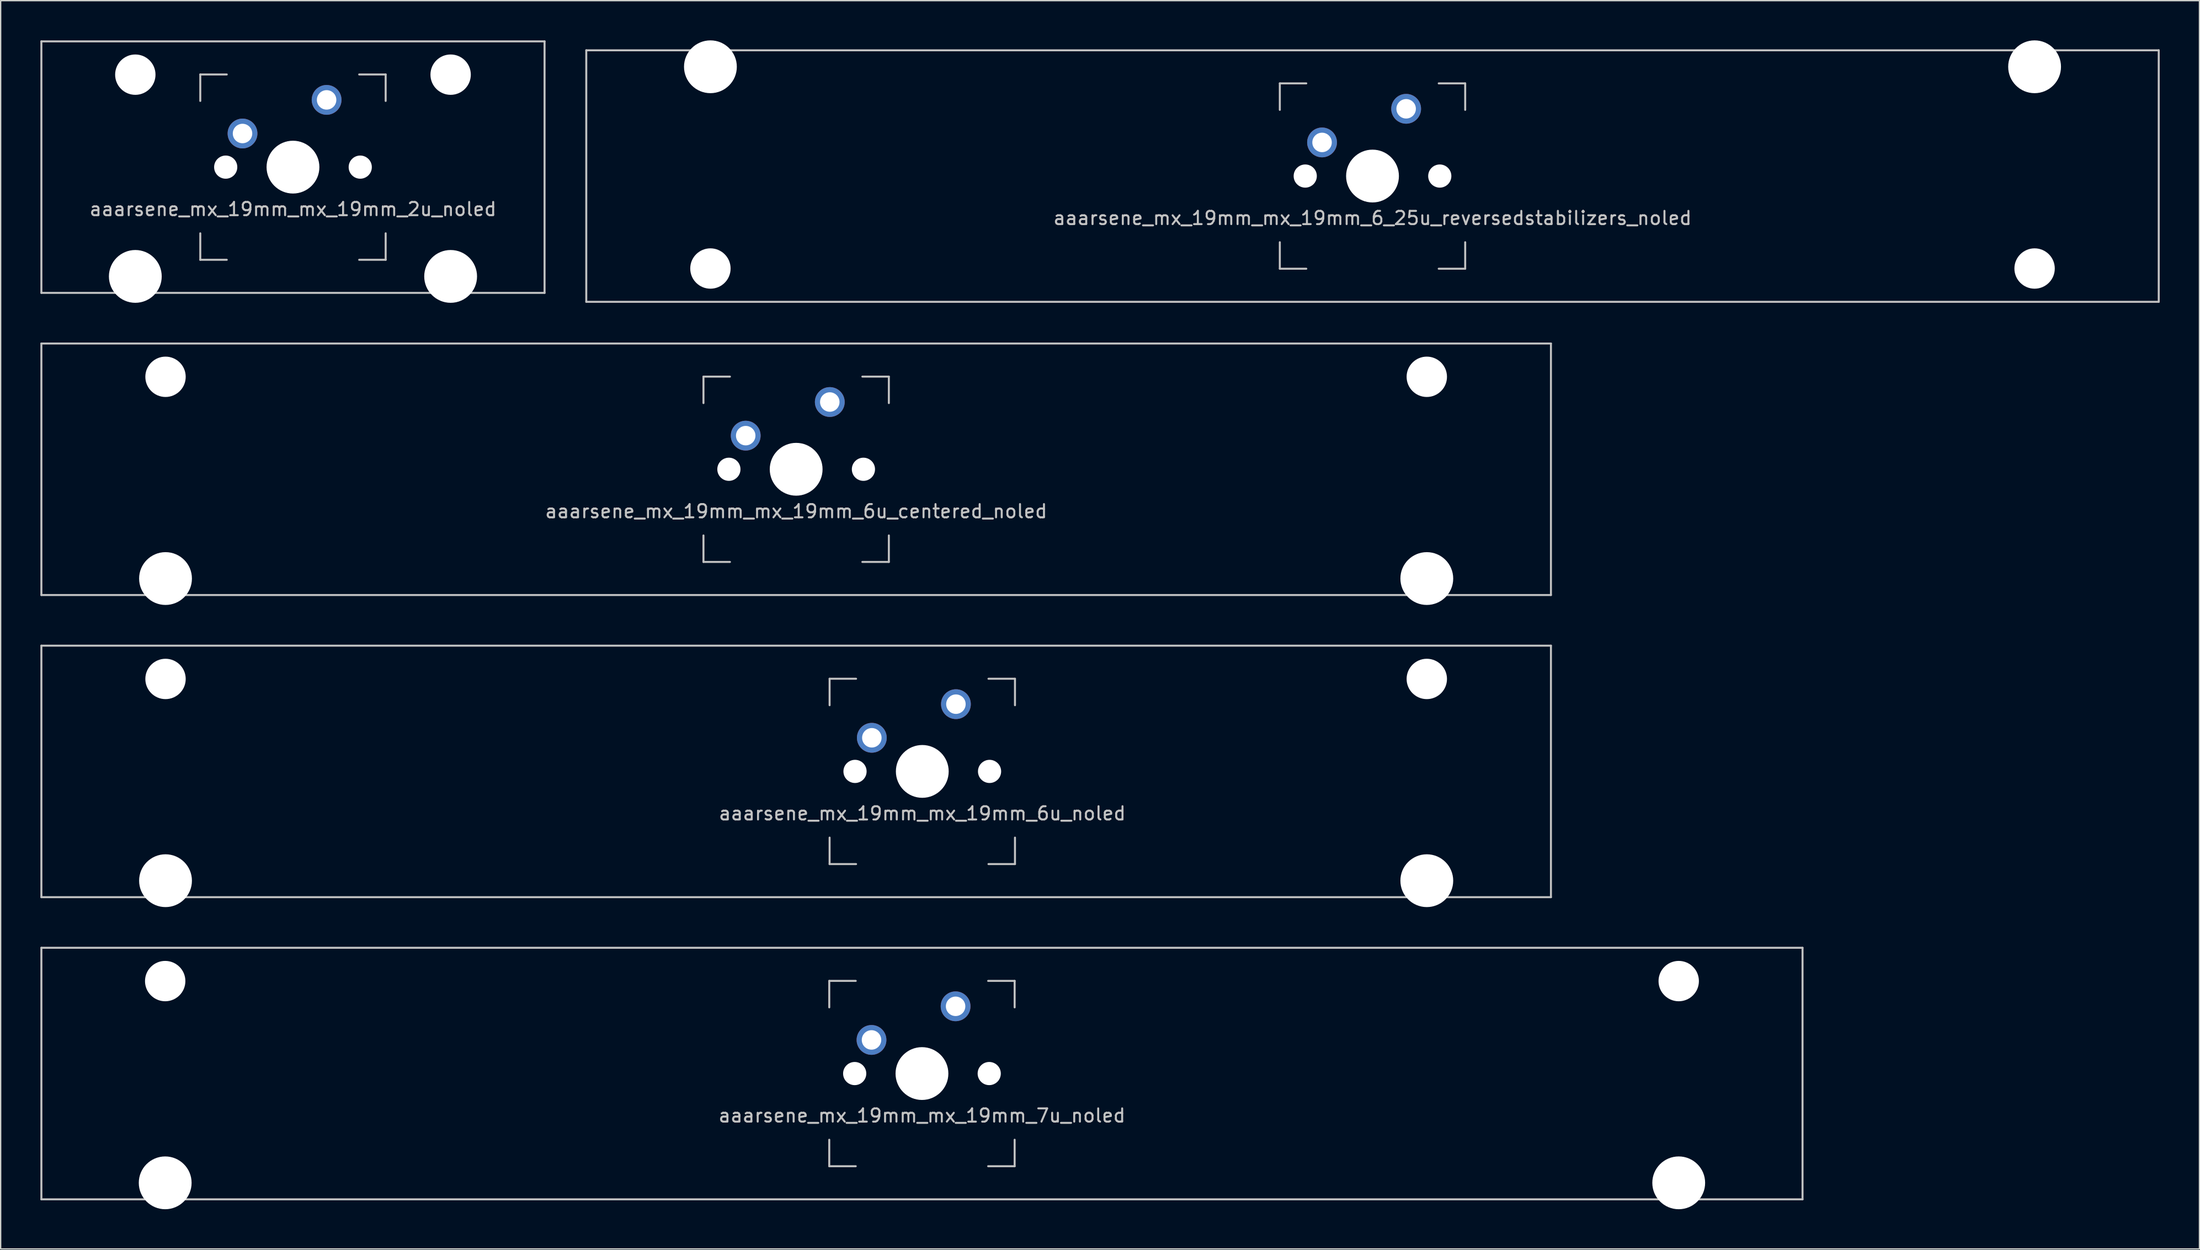
<source format=kicad_pcb>
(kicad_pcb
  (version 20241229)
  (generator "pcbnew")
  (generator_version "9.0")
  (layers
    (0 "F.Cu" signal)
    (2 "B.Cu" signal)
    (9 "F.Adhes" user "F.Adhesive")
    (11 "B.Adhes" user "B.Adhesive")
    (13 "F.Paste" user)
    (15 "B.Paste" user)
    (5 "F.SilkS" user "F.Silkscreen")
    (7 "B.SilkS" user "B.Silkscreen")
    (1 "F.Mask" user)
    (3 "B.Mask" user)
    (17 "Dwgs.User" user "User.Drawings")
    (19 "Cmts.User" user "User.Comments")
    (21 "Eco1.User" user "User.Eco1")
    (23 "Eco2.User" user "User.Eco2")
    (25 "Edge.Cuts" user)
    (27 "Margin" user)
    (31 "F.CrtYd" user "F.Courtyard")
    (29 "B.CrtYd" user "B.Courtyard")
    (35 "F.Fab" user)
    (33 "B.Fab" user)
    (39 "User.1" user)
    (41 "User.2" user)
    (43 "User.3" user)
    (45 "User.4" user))
  (footprint "aaarsene_mx_19mm_mx_19mm_6_25u_reversedstabilizers_noled"
    (layer "F.Cu")
    (at 100.6 10.249)
    (property "Reference" "aaarsene_mx_19mm_mx_19mm_6_25u_reversedstabilizers_noled" (at 0 3.175 0) (layer "Dwgs.User") (effects (font (size 1 1) (thickness 0.15))))
    (attr through_hole)
    (fp_line (start -59.375 -9.5) (end 59.375 -9.5) (stroke (width 0.15) (type solid)) (layer "Dwgs.User"))
    (fp_line (start -59.375 9.5) (end -59.375 -9.5) (stroke (width 0.15) (type solid)) (layer "Dwgs.User"))
    (fp_line (start -59.375 9.5) (end 59.375 9.5) (stroke (width 0.15) (type solid)) (layer "Dwgs.User"))
    (fp_line (start -7 -7) (end -7 -5) (stroke (width 0.15) (type solid)) (layer "Dwgs.User"))
    (fp_line (start -7 5) (end -7 7) (stroke (width 0.15) (type solid)) (layer "Dwgs.User"))
    (fp_line (start -7 7) (end -5 7) (stroke (width 0.15) (type solid)) (layer "Dwgs.User"))
    (fp_line (start -5 -7) (end -7 -7) (stroke (width 0.15) (type solid)) (layer "Dwgs.User"))
    (fp_line (start 5 -7) (end 7 -7) (stroke (width 0.15) (type solid)) (layer "Dwgs.User"))
    (fp_line (start 5 7) (end 7 7) (stroke (width 0.15) (type solid)) (layer "Dwgs.User"))
    (fp_line (start 7 -7) (end 7 -5) (stroke (width 0.15) (type solid)) (layer "Dwgs.User"))
    (fp_line (start 7 7) (end 7 5) (stroke (width 0.15) (type solid)) (layer "Dwgs.User"))
    (fp_line (start 59.375 -9.5) (end 59.375 9.5) (stroke (width 0.15) (type solid)) (layer "Dwgs.User"))
    (pad "" np_thru_hole circle (at -50 -8.255) (size 3.988 3.988) (drill 3.988) (layers "*.Cu" "*.Mask"))
    (pad "" np_thru_hole circle (at -50 6.985) (size 3.048 3.048) (drill 3.048) (layers "*.Cu" "*.Mask"))
    (pad "" np_thru_hole circle (at -5.08 0 48.1) (size 1.75 1.75) (drill 1.75) (layers "*.Cu" "*.Mask"))
    (pad "" np_thru_hole circle (at 0 0) (size 3.988 3.988) (drill 3.988) (layers "*.Cu" "*.Mask"))
    (pad "" np_thru_hole circle (at 5.08 0 48.1) (size 1.75 1.75) (drill 1.75) (layers "*.Cu" "*.Mask"))
    (pad "" np_thru_hole circle (at 50 -8.255) (size 3.988 3.988) (drill 3.988) (layers "*.Cu" "*.Mask"))
    (pad "" np_thru_hole circle (at 50 6.985) (size 3.048 3.048) (drill 3.048) (layers "*.Cu" "*.Mask"))
    (pad "1" thru_hole circle (at 2.54 -5.08) (size 2.25 2.25) (drill 1.47) (layers "*.Cu" "B.Mask"))
    (pad "2" thru_hole circle (at -3.81 -2.54) (size 2.25 2.25) (drill 1.47) (layers "*.Cu" "B.Mask")))
  (footprint "aaarsene_mx_19mm_mx_19mm_6u_centered_noled"
    (layer "F.Cu")
    (at 57.075 32.399)
    (property "Reference" "aaarsene_mx_19mm_mx_19mm_6u_centered_noled" (at 0 3.175 0) (layer "Dwgs.User") (effects (font (size 1 1) (thickness 0.15))))
    (attr through_hole)
    (fp_line (start -57 -9.5) (end 57 -9.5) (stroke (width 0.15) (type solid)) (layer "Dwgs.User"))
    (fp_line (start -57 9.5) (end -57 -9.5) (stroke (width 0.15) (type solid)) (layer "Dwgs.User"))
    (fp_line (start -57 9.5) (end 57 9.5) (stroke (width 0.15) (type solid)) (layer "Dwgs.User"))
    (fp_line (start -7 -7) (end -7 -5) (stroke (width 0.15) (type solid)) (layer "Dwgs.User"))
    (fp_line (start -7 5) (end -7 7) (stroke (width 0.15) (type solid)) (layer "Dwgs.User"))
    (fp_line (start -7 7) (end -5 7) (stroke (width 0.15) (type solid)) (layer "Dwgs.User"))
    (fp_line (start -5 -7) (end -7 -7) (stroke (width 0.15) (type solid)) (layer "Dwgs.User"))
    (fp_line (start 5 -7) (end 7 -7) (stroke (width 0.15) (type solid)) (layer "Dwgs.User"))
    (fp_line (start 5 7) (end 7 7) (stroke (width 0.15) (type solid)) (layer "Dwgs.User"))
    (fp_line (start 7 -7) (end 7 -5) (stroke (width 0.15) (type solid)) (layer "Dwgs.User"))
    (fp_line (start 7 7) (end 7 5) (stroke (width 0.15) (type solid)) (layer "Dwgs.User"))
    (fp_line (start 57 -9.5) (end 57 9.5) (stroke (width 0.15) (type solid)) (layer "Dwgs.User"))
    (pad "" np_thru_hole circle (at -47.625 -6.985) (size 3.048 3.048) (drill 3.048) (layers "*.Cu" "*.Mask"))
    (pad "" np_thru_hole circle (at -47.625 8.255) (size 3.988 3.988) (drill 3.988) (layers "*.Cu" "*.Mask"))
    (pad "" np_thru_hole circle (at -5.08 0 48.1) (size 1.75 1.75) (drill 1.75) (layers "*.Cu" "*.Mask"))
    (pad "" np_thru_hole circle (at 0 0) (size 3.988 3.988) (drill 3.988) (layers "*.Cu" "*.Mask"))
    (pad "" np_thru_hole circle (at 5.08 0 48.1) (size 1.75 1.75) (drill 1.75) (layers "*.Cu" "*.Mask"))
    (pad "" np_thru_hole circle (at 47.625 -6.985) (size 3.048 3.048) (drill 3.048) (layers "*.Cu" "*.Mask"))
    (pad "" np_thru_hole circle (at 47.625 8.255) (size 3.988 3.988) (drill 3.988) (layers "*.Cu" "*.Mask"))
    (pad "1" thru_hole circle (at -3.81 -2.54) (size 2.25 2.25) (drill 1.47) (layers "*.Cu" "B.Mask"))
    (pad "2" thru_hole circle (at 2.54 -5.08) (size 2.25 2.25) (drill 1.47) (layers "*.Cu" "B.Mask")))
  (footprint "aaarsene_mx_19mm_mx_19mm_6u_noled"
    (layer "F.Cu")
    (at 57.075 55.223)
    (property "Reference" "aaarsene_mx_19mm_mx_19mm_6u_noled" (at 9.525 3.175 0) (layer "Dwgs.User") (effects (font (size 1 1) (thickness 0.15))))
    (attr through_hole)
    (fp_line (start -57 -9.5) (end 57 -9.5) (stroke (width 0.15) (type solid)) (layer "Dwgs.User"))
    (fp_line (start -57 9.5) (end -57 -9.5) (stroke (width 0.15) (type solid)) (layer "Dwgs.User"))
    (fp_line (start -57 9.5) (end 57 9.5) (stroke (width 0.15) (type solid)) (layer "Dwgs.User"))
    (fp_line (start 2.525 -7) (end 2.525 -5) (stroke (width 0.15) (type solid)) (layer "Dwgs.User"))
    (fp_line (start 2.525 5) (end 2.525 7) (stroke (width 0.15) (type solid)) (layer "Dwgs.User"))
    (fp_line (start 2.525 7) (end 4.525 7) (stroke (width 0.15) (type solid)) (layer "Dwgs.User"))
    (fp_line (start 4.525 -7) (end 2.525 -7) (stroke (width 0.15) (type solid)) (layer "Dwgs.User"))
    (fp_line (start 14.525 -7) (end 16.525 -7) (stroke (width 0.15) (type solid)) (layer "Dwgs.User"))
    (fp_line (start 14.525 7) (end 16.525 7) (stroke (width 0.15) (type solid)) (layer "Dwgs.User"))
    (fp_line (start 16.525 -7) (end 16.525 -5) (stroke (width 0.15) (type solid)) (layer "Dwgs.User"))
    (fp_line (start 16.525 7) (end 16.525 5) (stroke (width 0.15) (type solid)) (layer "Dwgs.User"))
    (fp_line (start 57 -9.5) (end 57 9.5) (stroke (width 0.15) (type solid)) (layer "Dwgs.User"))
    (pad "" np_thru_hole circle (at -47.625 -6.985) (size 3.048 3.048) (drill 3.048) (layers "*.Cu" "*.Mask"))
    (pad "" np_thru_hole circle (at -47.625 8.255) (size 3.988 3.988) (drill 3.988) (layers "*.Cu" "*.Mask"))
    (pad "" np_thru_hole circle (at 4.445 0 48.1) (size 1.75 1.75) (drill 1.75) (layers "*.Cu" "*.Mask"))
    (pad "" np_thru_hole circle (at 9.525 0) (size 3.988 3.988) (drill 3.988) (layers "*.Cu" "*.Mask"))
    (pad "" np_thru_hole circle (at 14.605 0 48.1) (size 1.75 1.75) (drill 1.75) (layers "*.Cu" "*.Mask"))
    (pad "" np_thru_hole circle (at 47.625 -6.985) (size 3.048 3.048) (drill 3.048) (layers "*.Cu" "*.Mask"))
    (pad "" np_thru_hole circle (at 47.625 8.255) (size 3.988 3.988) (drill 3.988) (layers "*.Cu" "*.Mask"))
    (pad "1" thru_hole circle (at 12.065 -5.08) (size 2.25 2.25) (drill 1.47) (layers "*.Cu" "B.Mask"))
    (pad "2" thru_hole circle (at 5.715 -2.54) (size 2.25 2.25) (drill 1.47) (layers "*.Cu" "B.Mask")))
  (footprint "aaarsene_mx_19mm_mx_19mm_7u_noled"
    (layer "F.Cu")
    (at 66.575 78.047)
    (property "Reference" "aaarsene_mx_19mm_mx_19mm_7u_noled" (at 0 3.175 0) (layer "Dwgs.User") (effects (font (size 1 1) (thickness 0.15))))
    (attr through_hole)
    (fp_line (start -66.5 -9.5) (end 66.5 -9.5) (stroke (width 0.15) (type solid)) (layer "Dwgs.User"))
    (fp_line (start -66.5 9.5) (end -66.5 -9.5) (stroke (width 0.15) (type solid)) (layer "Dwgs.User"))
    (fp_line (start -66.5 9.5) (end 66.5 9.5) (stroke (width 0.15) (type solid)) (layer "Dwgs.User"))
    (fp_line (start -7 -7) (end -7 -5) (stroke (width 0.15) (type solid)) (layer "Dwgs.User"))
    (fp_line (start -7 5) (end -7 7) (stroke (width 0.15) (type solid)) (layer "Dwgs.User"))
    (fp_line (start -7 7) (end -5 7) (stroke (width 0.15) (type solid)) (layer "Dwgs.User"))
    (fp_line (start -5 -7) (end -7 -7) (stroke (width 0.15) (type solid)) (layer "Dwgs.User"))
    (fp_line (start 5 -7) (end 7 -7) (stroke (width 0.15) (type solid)) (layer "Dwgs.User"))
    (fp_line (start 5 7) (end 7 7) (stroke (width 0.15) (type solid)) (layer "Dwgs.User"))
    (fp_line (start 7 -7) (end 7 -5) (stroke (width 0.15) (type solid)) (layer "Dwgs.User"))
    (fp_line (start 7 7) (end 7 5) (stroke (width 0.15) (type solid)) (layer "Dwgs.User"))
    (fp_line (start 66.5 -9.5) (end 66.5 9.5) (stroke (width 0.15) (type solid)) (layer "Dwgs.User"))
    (pad "" np_thru_hole circle (at -57.15 -6.985) (size 3.048 3.048) (drill 3.048) (layers "*.Cu" "*.Mask"))
    (pad "" np_thru_hole circle (at -57.15 8.255) (size 3.988 3.988) (drill 3.988) (layers "*.Cu" "*.Mask"))
    (pad "" np_thru_hole circle (at -5.08 0 48.1) (size 1.75 1.75) (drill 1.75) (layers "*.Cu" "*.Mask"))
    (pad "" np_thru_hole circle (at 0 0) (size 3.988 3.988) (drill 3.988) (layers "*.Cu" "*.Mask"))
    (pad "" np_thru_hole circle (at 5.08 0 48.1) (size 1.75 1.75) (drill 1.75) (layers "*.Cu" "*.Mask"))
    (pad "" np_thru_hole circle (at 57.15 -6.985) (size 3.048 3.048) (drill 3.048) (layers "*.Cu" "*.Mask"))
    (pad "" np_thru_hole circle (at 57.15 8.255) (size 3.988 3.988) (drill 3.988) (layers "*.Cu" "*.Mask"))
    (pad "1" thru_hole circle (at 2.54 -5.08) (size 2.25 2.25) (drill 1.47) (layers "*.Cu" "B.Mask"))
    (pad "2" thru_hole circle (at -3.81 -2.54) (size 2.25 2.25) (drill 1.47) (layers "*.Cu" "B.Mask")))
  (footprint "aaarsene_mx_19mm_mx_19mm_2u_noled"
    (layer "F.Cu")
    (at 19.075 9.575)
    (property "Reference" "aaarsene_mx_19mm_mx_19mm_2u_noled" (at 0 3.175 0) (layer "Dwgs.User") (effects (font (size 1 1) (thickness 0.15))))
    (attr through_hole)
    (fp_line (start -19 -9.5) (end 19 -9.5) (stroke (width 0.15) (type solid)) (layer "Dwgs.User"))
    (fp_line (start -19 9.5) (end -19 -9.5) (stroke (width 0.15) (type solid)) (layer "Dwgs.User"))
    (fp_line (start -19 9.5) (end 19 9.5) (stroke (width 0.15) (type solid)) (layer "Dwgs.User"))
    (fp_line (start -7 -7) (end -7 -5) (stroke (width 0.15) (type solid)) (layer "Dwgs.User"))
    (fp_line (start -7 5) (end -7 7) (stroke (width 0.15) (type solid)) (layer "Dwgs.User"))
    (fp_line (start -7 7) (end -5 7) (stroke (width 0.15) (type solid)) (layer "Dwgs.User"))
    (fp_line (start -5 -7) (end -7 -7) (stroke (width 0.15) (type solid)) (layer "Dwgs.User"))
    (fp_line (start 5 -7) (end 7 -7) (stroke (width 0.15) (type solid)) (layer "Dwgs.User"))
    (fp_line (start 5 7) (end 7 7) (stroke (width 0.15) (type solid)) (layer "Dwgs.User"))
    (fp_line (start 7 -7) (end 7 -5) (stroke (width 0.15) (type solid)) (layer "Dwgs.User"))
    (fp_line (start 7 7) (end 7 5) (stroke (width 0.15) (type solid)) (layer "Dwgs.User"))
    (fp_line (start 19 -9.5) (end 19 9.5) (stroke (width 0.15) (type solid)) (layer "Dwgs.User"))
    (pad "" np_thru_hole circle (at -11.906 -6.985) (size 3.048 3.048) (drill 3.048) (layers "*.Cu" "*.Mask"))
    (pad "" np_thru_hole circle (at -11.906 8.255) (size 3.988 3.988) (drill 3.988) (layers "*.Cu" "*.Mask"))
    (pad "" np_thru_hole circle (at -5.08 0 48.1) (size 1.75 1.75) (drill 1.75) (layers "*.Cu" "*.Mask"))
    (pad "" np_thru_hole circle (at 0 0) (size 3.988 3.988) (drill 3.988) (layers "*.Cu" "*.Mask"))
    (pad "" np_thru_hole circle (at 5.08 0 48.1) (size 1.75 1.75) (drill 1.75) (layers "*.Cu" "*.Mask"))
    (pad "" np_thru_hole circle (at 11.906 -6.985) (size 3.048 3.048) (drill 3.048) (layers "*.Cu" "*.Mask"))
    (pad "" np_thru_hole circle (at 11.906 8.255) (size 3.988 3.988) (drill 3.988) (layers "*.Cu" "*.Mask"))
    (pad "1" thru_hole circle (at 2.54 -5.08) (size 2.25 2.25) (drill 1.47) (layers "*.Cu" "B.Mask"))
    (pad "2" thru_hole circle (at -3.81 -2.54) (size 2.25 2.25) (drill 1.47) (layers "*.Cu" "B.Mask")))
  (gr_rect
    (start -3 -3)
    (end 163.05 91.296)
    (stroke (width 0.1) (type default))
    (fill no)
    (layer "Edge.Cuts")))
</source>
